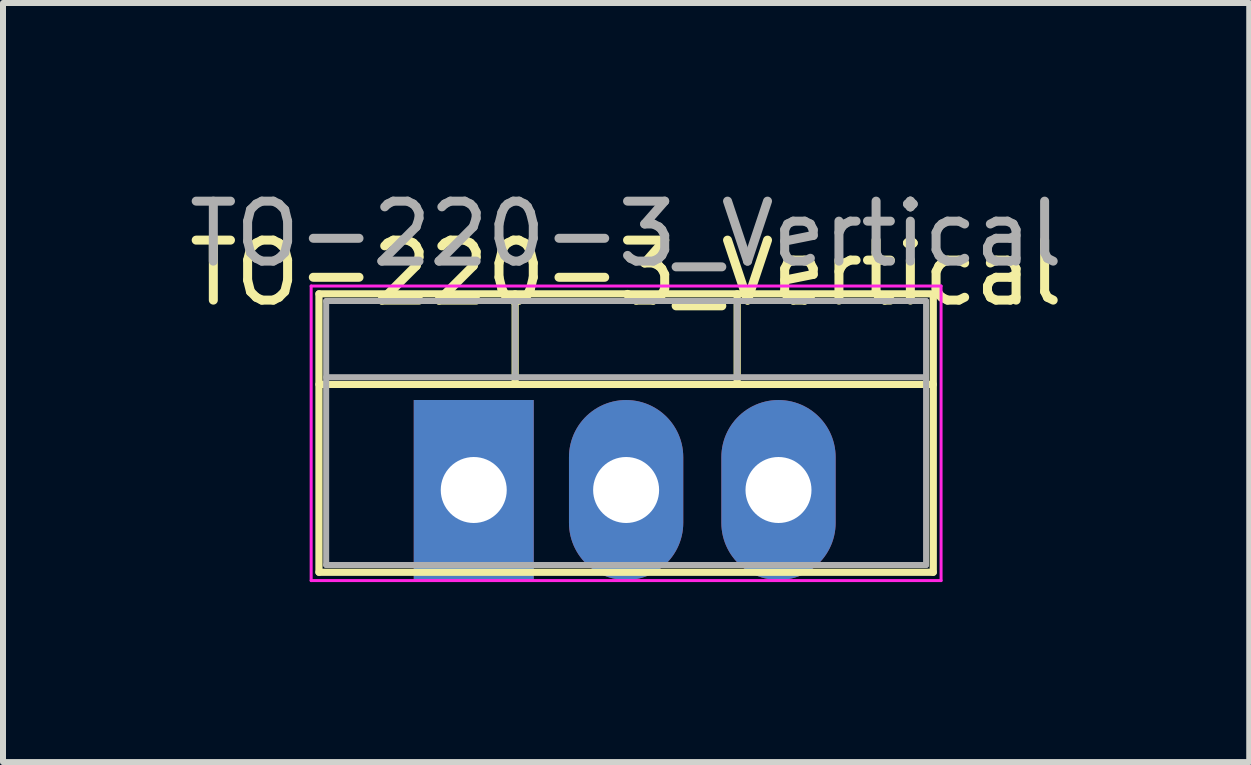
<source format=kicad_pcb>
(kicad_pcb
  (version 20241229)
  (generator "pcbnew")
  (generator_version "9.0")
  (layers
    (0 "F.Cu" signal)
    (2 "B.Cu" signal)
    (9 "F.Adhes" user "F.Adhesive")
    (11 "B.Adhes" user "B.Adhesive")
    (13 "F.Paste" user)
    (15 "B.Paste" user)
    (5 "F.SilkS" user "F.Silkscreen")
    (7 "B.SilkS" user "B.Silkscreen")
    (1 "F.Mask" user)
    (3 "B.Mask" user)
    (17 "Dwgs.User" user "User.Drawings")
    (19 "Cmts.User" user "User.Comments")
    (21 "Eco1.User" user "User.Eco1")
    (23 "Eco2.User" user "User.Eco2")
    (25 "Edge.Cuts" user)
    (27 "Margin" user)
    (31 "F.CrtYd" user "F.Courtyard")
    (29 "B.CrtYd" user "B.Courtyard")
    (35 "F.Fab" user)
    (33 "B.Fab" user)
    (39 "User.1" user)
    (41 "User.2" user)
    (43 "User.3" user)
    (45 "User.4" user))
  (footprint "TO-220-3_Vertical"
    (layer "F.Cu")
    (at 4.847 5.118)
    (property "Reference" "TO-220-3_Vertical" (at 2.54 -3.62 0) (layer "F.SilkS") (effects (font (size 1 1) (thickness 0.15))))
    (attr through_hole)
    (fp_line (start -2.58 -3.27) (end -2.58 1.371) (stroke (width 0.12) (type solid)) (layer "F.SilkS"))
    (fp_line (start -2.58 -3.27) (end 7.66 -3.27) (stroke (width 0.12) (type solid)) (layer "F.SilkS"))
    (fp_line (start -2.58 -1.76) (end 7.66 -1.76) (stroke (width 0.12) (type solid)) (layer "F.SilkS"))
    (fp_line (start -2.58 1.371) (end 7.66 1.371) (stroke (width 0.12) (type solid)) (layer "F.SilkS"))
    (fp_line (start 0.69 -3.27) (end 0.69 -1.76) (stroke (width 0.12) (type solid)) (layer "F.SilkS"))
    (fp_line (start 4.391 -3.27) (end 4.391 -1.76) (stroke (width 0.12) (type solid)) (layer "F.SilkS"))
    (fp_line (start 7.66 -3.27) (end 7.66 1.371) (stroke (width 0.12) (type solid)) (layer "F.SilkS"))
    (fp_line (start -2.71 -3.4) (end -2.71 1.51) (stroke (width 0.05) (type solid)) (layer "F.CrtYd"))
    (fp_line (start -2.71 1.51) (end 7.79 1.51) (stroke (width 0.05) (type solid)) (layer "F.CrtYd"))
    (fp_line (start 7.79 -3.4) (end -2.71 -3.4) (stroke (width 0.05) (type solid)) (layer "F.CrtYd"))
    (fp_line (start 7.79 1.51) (end 7.79 -3.4) (stroke (width 0.05) (type solid)) (layer "F.CrtYd"))
    (fp_line (start -2.46 -3.15) (end -2.46 1.25) (stroke (width 0.1) (type solid)) (layer "F.Fab"))
    (fp_line (start -2.46 -1.88) (end 7.54 -1.88) (stroke (width 0.1) (type solid)) (layer "F.Fab"))
    (fp_line (start -2.46 1.25) (end 7.54 1.25) (stroke (width 0.1) (type solid)) (layer "F.Fab"))
    (fp_line (start 0.69 -3.15) (end 0.69 -1.88) (stroke (width 0.1) (type solid)) (layer "F.Fab"))
    (fp_line (start 4.39 -3.15) (end 4.39 -1.88) (stroke (width 0.1) (type solid)) (layer "F.Fab"))
    (fp_line (start 7.54 -3.15) (end -2.46 -3.15) (stroke (width 0.1) (type solid)) (layer "F.Fab"))
    (fp_line (start 7.54 1.25) (end 7.54 -3.15) (stroke (width 0.1) (type solid)) (layer "F.Fab"))
    (fp_text user "${REFERENCE}" (at 2.54 -4.27 0) (layer "F.Fab") (effects (font (size 1 1) (thickness 0.15))))
    (pad "1" thru_hole rect (at 0 0) (size 2 3) (drill 1.1) (layers "*.Cu" "*.Mask"))
    (pad "2" thru_hole oval (at 2.54 0) (size 1.905 3) (drill 1.1) (layers "*.Cu" "*.Mask"))
    (pad "3" thru_hole oval (at 5.08 0) (size 1.905 3) (drill 1.1) (layers "*.Cu" "*.Mask")))
  (gr_rect
    (start -3 -3)
    (end 17.774 9.653)
    (stroke (width 0.1) (type default))
    (fill no)
    (layer "Edge.Cuts")))
</source>
